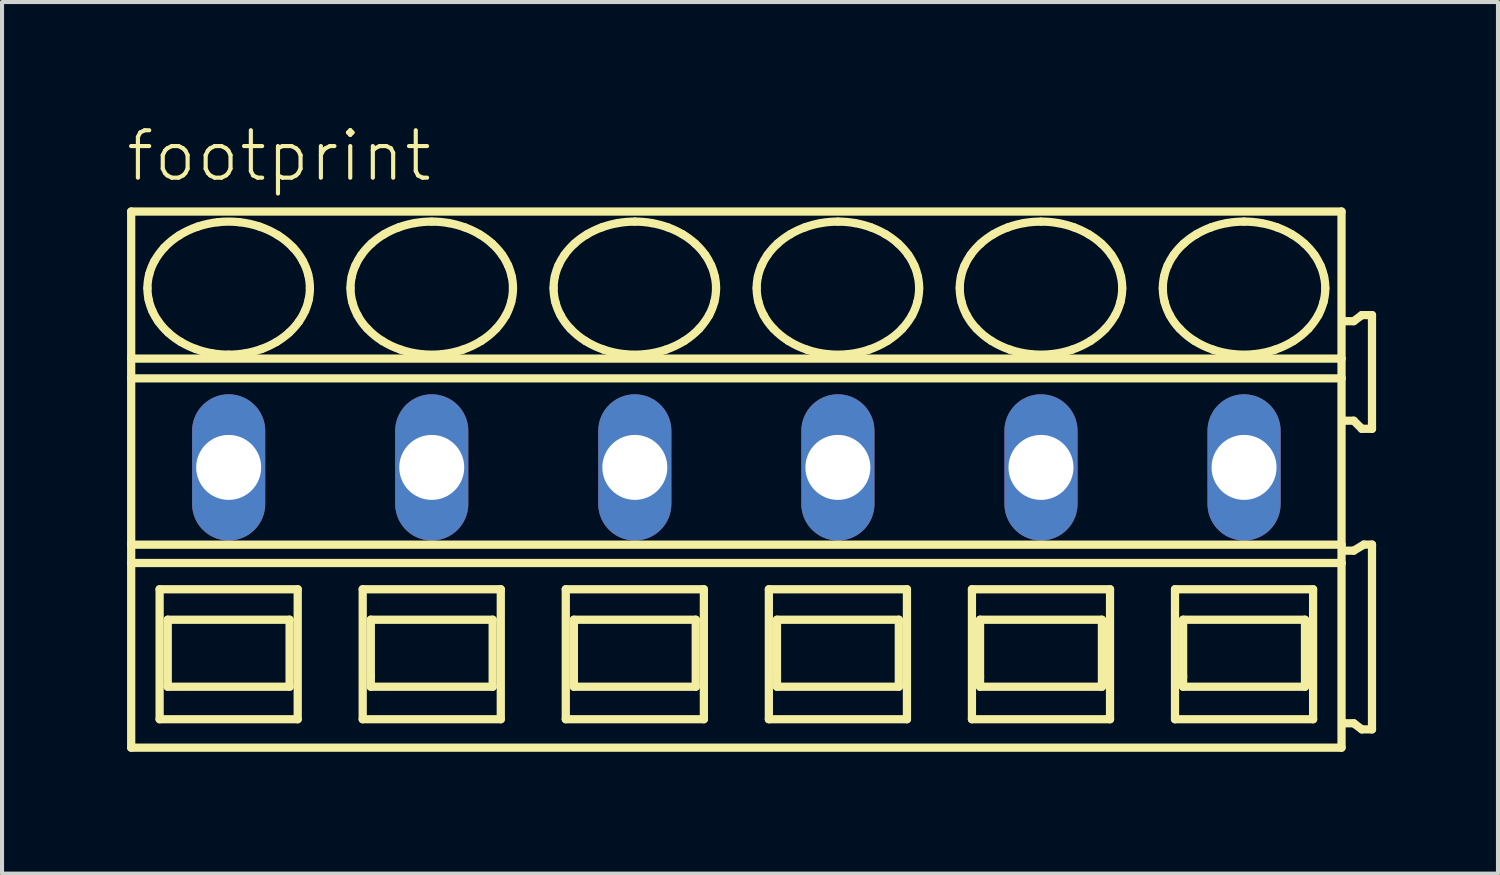
<source format=kicad_pcb>
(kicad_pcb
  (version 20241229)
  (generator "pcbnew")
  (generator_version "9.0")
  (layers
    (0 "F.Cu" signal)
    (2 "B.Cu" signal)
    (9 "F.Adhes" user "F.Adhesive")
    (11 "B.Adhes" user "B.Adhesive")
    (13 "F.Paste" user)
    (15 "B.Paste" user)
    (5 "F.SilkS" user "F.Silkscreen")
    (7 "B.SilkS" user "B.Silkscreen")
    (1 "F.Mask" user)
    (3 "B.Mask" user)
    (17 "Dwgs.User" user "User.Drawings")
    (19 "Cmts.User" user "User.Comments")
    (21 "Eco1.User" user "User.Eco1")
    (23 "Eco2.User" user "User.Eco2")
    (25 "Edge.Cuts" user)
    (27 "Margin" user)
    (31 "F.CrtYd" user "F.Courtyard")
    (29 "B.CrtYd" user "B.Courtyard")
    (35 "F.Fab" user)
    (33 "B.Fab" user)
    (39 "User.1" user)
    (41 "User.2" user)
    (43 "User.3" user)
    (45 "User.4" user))
  (footprint "footprint"
    (layer "F.Cu")
    (at 5.08 8.458)
    (property "Reference" "footprint" (at -5.08 -6.985 0) (layer "F.SilkS") (effects (font (size 1.168 1.168) (thickness 0.102)) (justify left bottom)))
    (fp_line (start -4.9 -6.3) (end -4.9 -2.679) (stroke (width 0.203) (type solid)) (layer "F.SilkS"))
    (fp_line (start -4.9 -2.679) (end -4.9 -2.192) (stroke (width 0.203) (type solid)) (layer "F.SilkS"))
    (fp_line (start -4.9 -2.192) (end -4.9 1.902) (stroke (width 0.203) (type solid)) (layer "F.SilkS"))
    (fp_line (start -4.9 1.902) (end -4.9 2.354) (stroke (width 0.203) (type solid)) (layer "F.SilkS"))
    (fp_line (start -4.9 2.354) (end -4.9 6.9) (stroke (width 0.203) (type solid)) (layer "F.SilkS"))
    (fp_line (start -4.9 6.9) (end 24.9 6.9) (stroke (width 0.203) (type solid)) (layer "F.SilkS"))
    (fp_line (start -4.2 3) (end -4.2 6.2) (stroke (width 0.203) (type solid)) (layer "F.SilkS"))
    (fp_line (start -4.2 6.2) (end -0.8 6.2) (stroke (width 0.203) (type solid)) (layer "F.SilkS"))
    (fp_line (start -4 3.75) (end -4 5.4) (stroke (width 0.203) (type solid)) (layer "F.SilkS"))
    (fp_line (start -4 5.4) (end -1 5.4) (stroke (width 0.203) (type solid)) (layer "F.SilkS"))
    (fp_line (start -1 3.75) (end -4 3.75) (stroke (width 0.203) (type solid)) (layer "F.SilkS"))
    (fp_line (start -1 5.4) (end -1 3.75) (stroke (width 0.203) (type solid)) (layer "F.SilkS"))
    (fp_line (start -0.8 3) (end -4.2 3) (stroke (width 0.203) (type solid)) (layer "F.SilkS"))
    (fp_line (start -0.8 6.2) (end -0.8 3) (stroke (width 0.203) (type solid)) (layer "F.SilkS"))
    (fp_line (start 0.8 3) (end 0.8 6.2) (stroke (width 0.203) (type solid)) (layer "F.SilkS"))
    (fp_line (start 0.8 6.2) (end 4.2 6.2) (stroke (width 0.203) (type solid)) (layer "F.SilkS"))
    (fp_line (start 1 3.75) (end 1 5.15) (stroke (width 0.203) (type solid)) (layer "F.SilkS"))
    (fp_line (start 1 5.15) (end 1 5.4) (stroke (width 0.203) (type solid)) (layer "F.SilkS"))
    (fp_line (start 1 5.4) (end 4 5.4) (stroke (width 0.203) (type solid)) (layer "F.SilkS"))
    (fp_line (start 4 3.75) (end 1 3.75) (stroke (width 0.203) (type solid)) (layer "F.SilkS"))
    (fp_line (start 4 5.4) (end 4 3.75) (stroke (width 0.203) (type solid)) (layer "F.SilkS"))
    (fp_line (start 4.2 3) (end 0.8 3) (stroke (width 0.203) (type solid)) (layer "F.SilkS"))
    (fp_line (start 4.2 6.2) (end 4.2 3) (stroke (width 0.203) (type solid)) (layer "F.SilkS"))
    (fp_line (start 5.8 3) (end 5.8 6.2) (stroke (width 0.203) (type solid)) (layer "F.SilkS"))
    (fp_line (start 5.8 6.2) (end 9.2 6.2) (stroke (width 0.203) (type solid)) (layer "F.SilkS"))
    (fp_line (start 6 3.75) (end 6 5.15) (stroke (width 0.203) (type solid)) (layer "F.SilkS"))
    (fp_line (start 6 5.15) (end 6 5.4) (stroke (width 0.203) (type solid)) (layer "F.SilkS"))
    (fp_line (start 6 5.4) (end 9 5.4) (stroke (width 0.203) (type solid)) (layer "F.SilkS"))
    (fp_line (start 9 3.75) (end 6 3.75) (stroke (width 0.203) (type solid)) (layer "F.SilkS"))
    (fp_line (start 9 5.4) (end 9 3.75) (stroke (width 0.203) (type solid)) (layer "F.SilkS"))
    (fp_line (start 9.2 3) (end 5.8 3) (stroke (width 0.203) (type solid)) (layer "F.SilkS"))
    (fp_line (start 9.2 6.2) (end 9.2 3) (stroke (width 0.203) (type solid)) (layer "F.SilkS"))
    (fp_line (start 10.8 3) (end 10.8 6.2) (stroke (width 0.203) (type solid)) (layer "F.SilkS"))
    (fp_line (start 10.8 6.2) (end 14.2 6.2) (stroke (width 0.203) (type solid)) (layer "F.SilkS"))
    (fp_line (start 11 3.75) (end 11 5.15) (stroke (width 0.203) (type solid)) (layer "F.SilkS"))
    (fp_line (start 11 5.15) (end 11 5.4) (stroke (width 0.203) (type solid)) (layer "F.SilkS"))
    (fp_line (start 11 5.4) (end 14 5.4) (stroke (width 0.203) (type solid)) (layer "F.SilkS"))
    (fp_line (start 14 3.75) (end 11 3.75) (stroke (width 0.203) (type solid)) (layer "F.SilkS"))
    (fp_line (start 14 5.4) (end 14 3.75) (stroke (width 0.203) (type solid)) (layer "F.SilkS"))
    (fp_line (start 14.2 3) (end 10.8 3) (stroke (width 0.203) (type solid)) (layer "F.SilkS"))
    (fp_line (start 14.2 6.2) (end 14.2 3) (stroke (width 0.203) (type solid)) (layer "F.SilkS"))
    (fp_line (start 15.8 3) (end 15.8 6.2) (stroke (width 0.203) (type solid)) (layer "F.SilkS"))
    (fp_line (start 15.8 6.2) (end 19.2 6.2) (stroke (width 0.203) (type solid)) (layer "F.SilkS"))
    (fp_line (start 16 3.75) (end 16 5.15) (stroke (width 0.203) (type solid)) (layer "F.SilkS"))
    (fp_line (start 16 5.15) (end 16 5.4) (stroke (width 0.203) (type solid)) (layer "F.SilkS"))
    (fp_line (start 16 5.4) (end 19 5.4) (stroke (width 0.203) (type solid)) (layer "F.SilkS"))
    (fp_line (start 19 3.75) (end 16 3.75) (stroke (width 0.203) (type solid)) (layer "F.SilkS"))
    (fp_line (start 19 5.4) (end 19 3.75) (stroke (width 0.203) (type solid)) (layer "F.SilkS"))
    (fp_line (start 19.2 3) (end 15.8 3) (stroke (width 0.203) (type solid)) (layer "F.SilkS"))
    (fp_line (start 19.2 6.2) (end 19.2 3) (stroke (width 0.203) (type solid)) (layer "F.SilkS"))
    (fp_line (start 20.8 3) (end 20.8 6.2) (stroke (width 0.203) (type solid)) (layer "F.SilkS"))
    (fp_line (start 20.8 6.2) (end 24.2 6.2) (stroke (width 0.203) (type solid)) (layer "F.SilkS"))
    (fp_line (start 21 3.75) (end 21 5.15) (stroke (width 0.203) (type solid)) (layer "F.SilkS"))
    (fp_line (start 21 5.15) (end 21 5.4) (stroke (width 0.203) (type solid)) (layer "F.SilkS"))
    (fp_line (start 21 5.4) (end 24 5.4) (stroke (width 0.203) (type solid)) (layer "F.SilkS"))
    (fp_line (start 24 3.75) (end 21 3.75) (stroke (width 0.203) (type solid)) (layer "F.SilkS"))
    (fp_line (start 24 5.4) (end 24 3.75) (stroke (width 0.203) (type solid)) (layer "F.SilkS"))
    (fp_line (start 24.2 3) (end 20.8 3) (stroke (width 0.203) (type solid)) (layer "F.SilkS"))
    (fp_line (start 24.2 6.2) (end 24.2 3) (stroke (width 0.203) (type solid)) (layer "F.SilkS"))
    (fp_line (start 24.9 -6.3) (end -4.9 -6.3) (stroke (width 0.203) (type solid)) (layer "F.SilkS"))
    (fp_line (start 24.9 -2.679) (end -4.9 -2.679) (stroke (width 0.203) (type solid)) (layer "F.SilkS"))
    (fp_line (start 24.9 -2.679) (end 24.9 -6.3) (stroke (width 0.203) (type solid)) (layer "F.SilkS"))
    (fp_line (start 24.9 -2.192) (end -4.9 -2.192) (stroke (width 0.203) (type solid)) (layer "F.SilkS"))
    (fp_line (start 24.9 -2.192) (end 24.9 -2.679) (stroke (width 0.203) (type solid)) (layer "F.SilkS"))
    (fp_line (start 24.9 1.902) (end -4.9 1.902) (stroke (width 0.203) (type solid)) (layer "F.SilkS"))
    (fp_line (start 24.9 1.902) (end 24.9 -2.192) (stroke (width 0.203) (type solid)) (layer "F.SilkS"))
    (fp_line (start 24.9 2.354) (end -4.9 2.354) (stroke (width 0.203) (type solid)) (layer "F.SilkS"))
    (fp_line (start 24.9 2.354) (end 24.9 1.902) (stroke (width 0.203) (type solid)) (layer "F.SilkS"))
    (fp_line (start 24.9 6.9) (end 24.9 2.354) (stroke (width 0.203) (type solid)) (layer "F.SilkS"))
    (fp_line (start 25 -1.15) (end 25.2 -1.15) (stroke (width 0.203) (type solid)) (layer "F.SilkS"))
    (fp_line (start 25 6.3) (end 25.2 6.3) (stroke (width 0.203) (type solid)) (layer "F.SilkS"))
    (fp_line (start 25.2 -3.6) (end 25 -3.6) (stroke (width 0.203) (type solid)) (layer "F.SilkS"))
    (fp_line (start 25.2 -1.15) (end 25.4 -0.95) (stroke (width 0.203) (type solid)) (layer "F.SilkS"))
    (fp_line (start 25.2 2.05) (end 25 2.05) (stroke (width 0.203) (type solid)) (layer "F.SilkS"))
    (fp_line (start 25.2 6.3) (end 25.4 6.45) (stroke (width 0.203) (type solid)) (layer "F.SilkS"))
    (fp_line (start 25.4 -3.75) (end 25.2 -3.6) (stroke (width 0.203) (type solid)) (layer "F.SilkS"))
    (fp_line (start 25.4 -0.95) (end 25.65 -0.95) (stroke (width 0.203) (type solid)) (layer "F.SilkS"))
    (fp_line (start 25.4 6.45) (end 25.65 6.45) (stroke (width 0.203) (type solid)) (layer "F.SilkS"))
    (fp_line (start 25.45 1.9) (end 25.2 2.05) (stroke (width 0.203) (type solid)) (layer "F.SilkS"))
    (fp_line (start 25.65 -3.75) (end 25.4 -3.75) (stroke (width 0.203) (type solid)) (layer "F.SilkS"))
    (fp_line (start 25.65 -0.95) (end 25.65 -3.75) (stroke (width 0.203) (type solid)) (layer "F.SilkS"))
    (fp_line (start 25.65 1.9) (end 25.45 1.9) (stroke (width 0.203) (type solid)) (layer "F.SilkS"))
    (fp_line (start 25.65 6.45) (end 25.65 1.9) (stroke (width 0.203) (type solid)) (layer "F.SilkS"))
    (fp_arc (start -4.5 -4.4136) (mid -4.488905 -4.585389) (end -4.4562 -4.7544) (stroke (width 0.2032) (type solid)) (layer "F.SilkS"))
    (fp_arc (start -4.4695 -4.1287) (mid -4.492308 -4.270341) (end -4.5 -4.4136) (stroke (width 0.2032) (type solid)) (layer "F.SilkS"))
    (fp_arc (start -4.4562 -4.7544) (mid -4.401558 -4.920839) (end -4.3273 -5.0795) (stroke (width 0.2032) (type solid)) (layer "F.SilkS"))
    (fp_arc (start -4.3795 -3.8536) (mid -4.431599 -3.988827) (end -4.4695 -4.1287) (stroke (width 0.2032) (type solid)) (layer "F.SilkS"))
    (fp_arc (start -4.3274 -5.0795) (mid -4.216217 -5.252167) (end -4.0864 -5.4113) (stroke (width 0.2032) (type solid)) (layer "F.SilkS"))
    (fp_arc (start -4.232 -3.5945) (mid -4.312155 -3.720404) (end -4.3795 -3.8536) (stroke (width 0.2032) (type solid)) (layer "F.SilkS"))
    (fp_arc (start -4.0864 -5.4113) (mid -3.911717 -5.573771) (end -3.718 -5.713) (stroke (width 0.2032) (type solid)) (layer "F.SilkS"))
    (fp_arc (start -3.9861 -3.3171) (mid -4.116737 -3.448975) (end -4.2321 -3.5944) (stroke (width 0.2032) (type solid)) (layer "F.SilkS"))
    (fp_arc (start -3.718 -5.713) (mid -3.497651 -5.83326) (end -3.2649 -5.9273) (stroke (width 0.2032) (type solid)) (layer "F.SilkS"))
    (fp_arc (start -3.676 -3.0884) (mid -3.836846 -3.194891) (end -3.9861 -3.3171) (stroke (width 0.2032) (type solid)) (layer "F.SilkS"))
    (fp_arc (start -3.313 -2.9167) (mid -3.498551 -2.993985) (end -3.676 -3.0884) (stroke (width 0.2032) (type solid)) (layer "F.SilkS"))
    (fp_arc (start -3.2649 -5.9273) (mid -3.016253 -5.996227) (end -2.7616 -6.0378) (stroke (width 0.2032) (type solid)) (layer "F.SilkS"))
    (fp_arc (start -2.9161 -2.8111) (mid -3.116893 -2.855096) (end -3.313 -2.9167) (stroke (width 0.2032) (type solid)) (layer "F.SilkS"))
    (fp_arc (start -2.7616 -6.0378) (mid -2.5 -6.051841) (end -2.2384 -6.0378) (stroke (width 0.2032) (type solid)) (layer "F.SilkS"))
    (fp_arc (start -2.5 -2.7752) (mid -2.708826 -2.784159) (end -2.9161 -2.8111) (stroke (width 0.2032) (type solid)) (layer "F.SilkS"))
    (fp_arc (start -2.2384 -6.0378) (mid -1.983714 -5.996379) (end -1.7351 -5.9273) (stroke (width 0.2032) (type solid)) (layer "F.SilkS"))
    (fp_arc (start -2.0839 -2.8111) (mid -2.291182 -2.784277) (end -2.5 -2.7753) (stroke (width 0.2032) (type solid)) (layer "F.SilkS"))
    (fp_arc (start -1.7351 -5.9273) (mid -1.502222 -5.83353) (end -1.282 -5.713) (stroke (width 0.2032) (type solid)) (layer "F.SilkS"))
    (fp_arc (start -1.687 -2.9167) (mid -1.883129 -2.855175) (end -2.0839 -2.8111) (stroke (width 0.2032) (type solid)) (layer "F.SilkS"))
    (fp_arc (start -1.324 -3.0884) (mid -1.501514 -2.994123) (end -1.687 -2.9167) (stroke (width 0.2032) (type solid)) (layer "F.SilkS"))
    (fp_arc (start -1.282 -5.713) (mid -1.088036 -5.574073) (end -0.9136 -5.4113) (stroke (width 0.2032) (type solid)) (layer "F.SilkS"))
    (fp_arc (start -1.0139 -3.3171) (mid -1.163276 -3.195057) (end -1.324 -3.0884) (stroke (width 0.2032) (type solid)) (layer "F.SilkS"))
    (fp_arc (start -0.9137 -5.4112) (mid -0.781313 -5.253987) (end -0.6727 -5.0795) (stroke (width 0.2032) (type solid)) (layer "F.SilkS"))
    (fp_arc (start -0.7679 -3.5944) (mid -0.88339 -3.449088) (end -1.0139 -3.3171) (stroke (width 0.2032) (type solid)) (layer "F.SilkS"))
    (fp_arc (start -0.6727 -5.0795) (mid -0.598286 -4.920901) (end -0.5438 -4.7544) (stroke (width 0.2032) (type solid)) (layer "F.SilkS"))
    (fp_arc (start -0.6204 -3.8536) (mid -0.687861 -3.720421) (end -0.7679 -3.5944) (stroke (width 0.2032) (type solid)) (layer "F.SilkS"))
    (fp_arc (start -0.5438 -4.7544) (mid -0.511083 -4.58539) (end -0.5 -4.4136) (stroke (width 0.2032) (type solid)) (layer "F.SilkS"))
    (fp_arc (start -0.5305 -4.1287) (mid -0.568473 -3.988851) (end -0.6205 -3.8536) (stroke (width 0.2032) (type solid)) (layer "F.SilkS"))
    (fp_arc (start -0.5001 -4.4136) (mid -0.507739 -4.270343) (end -0.5305 -4.1287) (stroke (width 0.2032) (type solid)) (layer "F.SilkS"))
    (fp_arc (start 0.5 -4.4136) (mid 0.507693 -4.556809) (end 0.5305 -4.6984) (stroke (width 0.2032) (type solid)) (layer "F.SilkS"))
    (fp_arc (start 0.5305 -4.6984) (mid 0.568467 -4.8383) (end 0.6205 -4.9736) (stroke (width 0.2032) (type solid)) (layer "F.SilkS"))
    (fp_arc (start 0.5438 -4.0727) (mid 0.511073 -4.241759) (end 0.5 -4.4136) (stroke (width 0.2032) (type solid)) (layer "F.SilkS"))
    (fp_arc (start 0.6204 -4.9736) (mid 0.687866 -5.106728) (end 0.7679 -5.2327) (stroke (width 0.2032) (type solid)) (layer "F.SilkS"))
    (fp_arc (start 0.6727 -3.7476) (mid 0.598289 -3.9062) (end 0.5438 -4.0727) (stroke (width 0.2032) (type solid)) (layer "F.SilkS"))
    (fp_arc (start 0.7679 -5.2327) (mid 0.883386 -5.378016) (end 1.0139 -5.51) (stroke (width 0.2032) (type solid)) (layer "F.SilkS"))
    (fp_arc (start 0.9136 -3.4159) (mid 0.781267 -3.57312) (end 0.6727 -3.7476) (stroke (width 0.2032) (type solid)) (layer "F.SilkS"))
    (fp_arc (start 1.0139 -5.51) (mid 1.163277 -5.632042) (end 1.324 -5.7387) (stroke (width 0.2032) (type solid)) (layer "F.SilkS"))
    (fp_arc (start 1.282 -3.1141) (mid 1.088032 -3.253077) (end 0.9136 -3.4159) (stroke (width 0.2032) (type solid)) (layer "F.SilkS"))
    (fp_arc (start 1.324 -5.7387) (mid 1.501514 -5.832977) (end 1.687 -5.9104) (stroke (width 0.2032) (type solid)) (layer "F.SilkS"))
    (fp_arc (start 1.687 -5.9104) (mid 1.883129 -5.971925) (end 2.0839 -6.016) (stroke (width 0.2032) (type solid)) (layer "F.SilkS"))
    (fp_arc (start 1.7351 -2.8998) (mid 1.502222 -2.993571) (end 1.282 -3.1141) (stroke (width 0.2032) (type solid)) (layer "F.SilkS"))
    (fp_arc (start 2.0839 -6.0161) (mid 2.291183 -6.042919) (end 2.5 -6.0519) (stroke (width 0.2032) (type solid)) (layer "F.SilkS"))
    (fp_arc (start 2.2384 -2.7893) (mid 1.983714 -2.830721) (end 1.7351 -2.8998) (stroke (width 0.2032) (type solid)) (layer "F.SilkS"))
    (fp_arc (start 2.5 -6.0519) (mid 2.708826 -6.042941) (end 2.9161 -6.016) (stroke (width 0.2032) (type solid)) (layer "F.SilkS"))
    (fp_arc (start 2.7616 -2.7893) (mid 2.5 -2.775259) (end 2.2384 -2.7893) (stroke (width 0.2032) (type solid)) (layer "F.SilkS"))
    (fp_arc (start 2.9161 -6.016) (mid 3.116893 -5.972004) (end 3.313 -5.9104) (stroke (width 0.2032) (type solid)) (layer "F.SilkS"))
    (fp_arc (start 3.2649 -2.8998) (mid 3.016253 -2.830873) (end 2.7616 -2.7893) (stroke (width 0.2032) (type solid)) (layer "F.SilkS"))
    (fp_arc (start 3.313 -5.9104) (mid 3.498552 -5.833116) (end 3.676 -5.7387) (stroke (width 0.2032) (type solid)) (layer "F.SilkS"))
    (fp_arc (start 3.676 -5.7387) (mid 3.836846 -5.632209) (end 3.9861 -5.51) (stroke (width 0.2032) (type solid)) (layer "F.SilkS"))
    (fp_arc (start 3.718 -3.1141) (mid 3.497651 -2.993839) (end 3.2649 -2.8998) (stroke (width 0.2032) (type solid)) (layer "F.SilkS"))
    (fp_arc (start 3.9861 -5.51) (mid 4.116738 -5.378126) (end 4.2321 -5.2327) (stroke (width 0.2032) (type solid)) (layer "F.SilkS"))
    (fp_arc (start 4.0864 -3.4159) (mid 3.911721 -3.253378) (end 3.718 -3.1141) (stroke (width 0.2032) (type solid)) (layer "F.SilkS"))
    (fp_arc (start 4.2321 -5.2327) (mid 4.312204 -5.106793) (end 4.3795 -4.9736) (stroke (width 0.2032) (type solid)) (layer "F.SilkS"))
    (fp_arc (start 4.3273 -3.7476) (mid 4.216161 -3.574988) (end 4.0864 -3.4159) (stroke (width 0.2032) (type solid)) (layer "F.SilkS"))
    (fp_arc (start 4.3795 -4.9736) (mid 4.431605 -4.838324) (end 4.4695 -4.6984) (stroke (width 0.2032) (type solid)) (layer "F.SilkS"))
    (fp_arc (start 4.4562 -4.0727) (mid 4.401557 -3.906262) (end 4.3273 -3.7476) (stroke (width 0.2032) (type solid)) (layer "F.SilkS"))
    (fp_arc (start 4.4695 -4.6984) (mid 4.4923 -4.556809) (end 4.5 -4.4136) (stroke (width 0.2032) (type solid)) (layer "F.SilkS"))
    (fp_arc (start 4.5 -4.4136) (mid 4.488914 -4.241761) (end 4.4562 -4.0727) (stroke (width 0.2032) (type solid)) (layer "F.SilkS"))
    (fp_arc (start 5.5 -4.4136) (mid 5.507693 -4.556809) (end 5.5305 -4.6984) (stroke (width 0.2032) (type solid)) (layer "F.SilkS"))
    (fp_arc (start 5.5305 -4.6984) (mid 5.568467 -4.8383) (end 5.6205 -4.9736) (stroke (width 0.2032) (type solid)) (layer "F.SilkS"))
    (fp_arc (start 5.5438 -4.0727) (mid 5.511073 -4.241759) (end 5.5 -4.4136) (stroke (width 0.2032) (type solid)) (layer "F.SilkS"))
    (fp_arc (start 5.6204 -4.9736) (mid 5.687866 -5.106728) (end 5.7679 -5.2327) (stroke (width 0.2032) (type solid)) (layer "F.SilkS"))
    (fp_arc (start 5.6727 -3.7476) (mid 5.598289 -3.9062) (end 5.5438 -4.0727) (stroke (width 0.2032) (type solid)) (layer "F.SilkS"))
    (fp_arc (start 5.7679 -5.2327) (mid 5.883386 -5.378016) (end 6.0139 -5.51) (stroke (width 0.2032) (type solid)) (layer "F.SilkS"))
    (fp_arc (start 5.9136 -3.4159) (mid 5.781267 -3.57312) (end 5.6727 -3.7476) (stroke (width 0.2032) (type solid)) (layer "F.SilkS"))
    (fp_arc (start 6.0139 -5.51) (mid 6.163277 -5.632042) (end 6.324 -5.7387) (stroke (width 0.2032) (type solid)) (layer "F.SilkS"))
    (fp_arc (start 6.282 -3.1141) (mid 6.088032 -3.253077) (end 5.9136 -3.4159) (stroke (width 0.2032) (type solid)) (layer "F.SilkS"))
    (fp_arc (start 6.324 -5.7387) (mid 6.501514 -5.832977) (end 6.687 -5.9104) (stroke (width 0.2032) (type solid)) (layer "F.SilkS"))
    (fp_arc (start 6.687 -5.9104) (mid 6.883129 -5.971925) (end 7.0839 -6.016) (stroke (width 0.2032) (type solid)) (layer "F.SilkS"))
    (fp_arc (start 6.7351 -2.8998) (mid 6.502222 -2.993571) (end 6.282 -3.1141) (stroke (width 0.2032) (type solid)) (layer "F.SilkS"))
    (fp_arc (start 7.0839 -6.0161) (mid 7.291183 -6.042919) (end 7.5 -6.0519) (stroke (width 0.2032) (type solid)) (layer "F.SilkS"))
    (fp_arc (start 7.2384 -2.7893) (mid 6.983714 -2.830721) (end 6.7351 -2.8998) (stroke (width 0.2032) (type solid)) (layer "F.SilkS"))
    (fp_arc (start 7.5 -6.0519) (mid 7.708826 -6.042941) (end 7.9161 -6.016) (stroke (width 0.2032) (type solid)) (layer "F.SilkS"))
    (fp_arc (start 7.7616 -2.7893) (mid 7.5 -2.775259) (end 7.2384 -2.7893) (stroke (width 0.2032) (type solid)) (layer "F.SilkS"))
    (fp_arc (start 7.9161 -6.016) (mid 8.116893 -5.972004) (end 8.313 -5.9104) (stroke (width 0.2032) (type solid)) (layer "F.SilkS"))
    (fp_arc (start 8.2649 -2.8998) (mid 8.016253 -2.830873) (end 7.7616 -2.7893) (stroke (width 0.2032) (type solid)) (layer "F.SilkS"))
    (fp_arc (start 8.313 -5.9104) (mid 8.498552 -5.833116) (end 8.676 -5.7387) (stroke (width 0.2032) (type solid)) (layer "F.SilkS"))
    (fp_arc (start 8.676 -5.7387) (mid 8.836846 -5.632209) (end 8.9861 -5.51) (stroke (width 0.2032) (type solid)) (layer "F.SilkS"))
    (fp_arc (start 8.718 -3.1141) (mid 8.497651 -2.993839) (end 8.2649 -2.8998) (stroke (width 0.2032) (type solid)) (layer "F.SilkS"))
    (fp_arc (start 8.9861 -5.51) (mid 9.116738 -5.378126) (end 9.2321 -5.2327) (stroke (width 0.2032) (type solid)) (layer "F.SilkS"))
    (fp_arc (start 9.0864 -3.4159) (mid 8.911721 -3.253378) (end 8.718 -3.1141) (stroke (width 0.2032) (type solid)) (layer "F.SilkS"))
    (fp_arc (start 9.2321 -5.2327) (mid 9.312204 -5.106793) (end 9.3795 -4.9736) (stroke (width 0.2032) (type solid)) (layer "F.SilkS"))
    (fp_arc (start 9.3273 -3.7476) (mid 9.216161 -3.574988) (end 9.0864 -3.4159) (stroke (width 0.2032) (type solid)) (layer "F.SilkS"))
    (fp_arc (start 9.3795 -4.9736) (mid 9.431605 -4.838324) (end 9.4695 -4.6984) (stroke (width 0.2032) (type solid)) (layer "F.SilkS"))
    (fp_arc (start 9.4562 -4.0727) (mid 9.401557 -3.906262) (end 9.3273 -3.7476) (stroke (width 0.2032) (type solid)) (layer "F.SilkS"))
    (fp_arc (start 9.4695 -4.6984) (mid 9.4923 -4.556809) (end 9.5 -4.4136) (stroke (width 0.2032) (type solid)) (layer "F.SilkS"))
    (fp_arc (start 9.5 -4.4136) (mid 9.488914 -4.241761) (end 9.4562 -4.0727) (stroke (width 0.2032) (type solid)) (layer "F.SilkS"))
    (fp_arc (start 10.5 -4.4136) (mid 10.507693 -4.556809) (end 10.5305 -4.6984) (stroke (width 0.2032) (type solid)) (layer "F.SilkS"))
    (fp_arc (start 10.5305 -4.6984) (mid 10.568467 -4.8383) (end 10.6205 -4.9736) (stroke (width 0.2032) (type solid)) (layer "F.SilkS"))
    (fp_arc (start 10.5438 -4.0727) (mid 10.511073 -4.241759) (end 10.5 -4.4136) (stroke (width 0.2032) (type solid)) (layer "F.SilkS"))
    (fp_arc (start 10.6204 -4.9736) (mid 10.687866 -5.106728) (end 10.7679 -5.2327) (stroke (width 0.2032) (type solid)) (layer "F.SilkS"))
    (fp_arc (start 10.6727 -3.7476) (mid 10.598289 -3.9062) (end 10.5438 -4.0727) (stroke (width 0.2032) (type solid)) (layer "F.SilkS"))
    (fp_arc (start 10.7679 -5.2327) (mid 10.883386 -5.378016) (end 11.0139 -5.51) (stroke (width 0.2032) (type solid)) (layer "F.SilkS"))
    (fp_arc (start 10.9136 -3.4159) (mid 10.781267 -3.57312) (end 10.6727 -3.7476) (stroke (width 0.2032) (type solid)) (layer "F.SilkS"))
    (fp_arc (start 11.0139 -5.51) (mid 11.163277 -5.632042) (end 11.324 -5.7387) (stroke (width 0.2032) (type solid)) (layer "F.SilkS"))
    (fp_arc (start 11.282 -3.1141) (mid 11.088032 -3.253077) (end 10.9136 -3.4159) (stroke (width 0.2032) (type solid)) (layer "F.SilkS"))
    (fp_arc (start 11.324 -5.7387) (mid 11.501514 -5.832977) (end 11.687 -5.9104) (stroke (width 0.2032) (type solid)) (layer "F.SilkS"))
    (fp_arc (start 11.687 -5.9104) (mid 11.883129 -5.971925) (end 12.0839 -6.016) (stroke (width 0.2032) (type solid)) (layer "F.SilkS"))
    (fp_arc (start 11.7351 -2.8998) (mid 11.502222 -2.993571) (end 11.282 -3.1141) (stroke (width 0.2032) (type solid)) (layer "F.SilkS"))
    (fp_arc (start 12.0839 -6.0161) (mid 12.291183 -6.042919) (end 12.5 -6.0519) (stroke (width 0.2032) (type solid)) (layer "F.SilkS"))
    (fp_arc (start 12.2384 -2.7893) (mid 11.983714 -2.830721) (end 11.7351 -2.8998) (stroke (width 0.2032) (type solid)) (layer "F.SilkS"))
    (fp_arc (start 12.5 -6.0519) (mid 12.708826 -6.042941) (end 12.9161 -6.016) (stroke (width 0.2032) (type solid)) (layer "F.SilkS"))
    (fp_arc (start 12.7616 -2.7893) (mid 12.5 -2.775259) (end 12.2384 -2.7893) (stroke (width 0.2032) (type solid)) (layer "F.SilkS"))
    (fp_arc (start 12.9161 -6.016) (mid 13.116893 -5.972004) (end 13.313 -5.9104) (stroke (width 0.2032) (type solid)) (layer "F.SilkS"))
    (fp_arc (start 13.2649 -2.8998) (mid 13.016253 -2.830873) (end 12.7616 -2.7893) (stroke (width 0.2032) (type solid)) (layer "F.SilkS"))
    (fp_arc (start 13.313 -5.9104) (mid 13.498552 -5.833116) (end 13.676 -5.7387) (stroke (width 0.2032) (type solid)) (layer "F.SilkS"))
    (fp_arc (start 13.676 -5.7387) (mid 13.836846 -5.632209) (end 13.9861 -5.51) (stroke (width 0.2032) (type solid)) (layer "F.SilkS"))
    (fp_arc (start 13.718 -3.1141) (mid 13.497651 -2.993839) (end 13.2649 -2.8998) (stroke (width 0.2032) (type solid)) (layer "F.SilkS"))
    (fp_arc (start 13.9861 -5.51) (mid 14.116738 -5.378126) (end 14.2321 -5.2327) (stroke (width 0.2032) (type solid)) (layer "F.SilkS"))
    (fp_arc (start 14.0864 -3.4159) (mid 13.911721 -3.253378) (end 13.718 -3.1141) (stroke (width 0.2032) (type solid)) (layer "F.SilkS"))
    (fp_arc (start 14.2321 -5.2327) (mid 14.312204 -5.106793) (end 14.3795 -4.9736) (stroke (width 0.2032) (type solid)) (layer "F.SilkS"))
    (fp_arc (start 14.3273 -3.7476) (mid 14.216161 -3.574988) (end 14.0864 -3.4159) (stroke (width 0.2032) (type solid)) (layer "F.SilkS"))
    (fp_arc (start 14.3795 -4.9736) (mid 14.431605 -4.838324) (end 14.4695 -4.6984) (stroke (width 0.2032) (type solid)) (layer "F.SilkS"))
    (fp_arc (start 14.4562 -4.0727) (mid 14.401557 -3.906262) (end 14.3273 -3.7476) (stroke (width 0.2032) (type solid)) (layer "F.SilkS"))
    (fp_arc (start 14.4695 -4.6984) (mid 14.4923 -4.556809) (end 14.5 -4.4136) (stroke (width 0.2032) (type solid)) (layer "F.SilkS"))
    (fp_arc (start 14.5 -4.4136) (mid 14.488914 -4.241761) (end 14.4562 -4.0727) (stroke (width 0.2032) (type solid)) (layer "F.SilkS"))
    (fp_arc (start 15.5 -4.4136) (mid 15.507693 -4.556809) (end 15.5305 -4.6984) (stroke (width 0.2032) (type solid)) (layer "F.SilkS"))
    (fp_arc (start 15.5305 -4.6984) (mid 15.568467 -4.8383) (end 15.6205 -4.9736) (stroke (width 0.2032) (type solid)) (layer "F.SilkS"))
    (fp_arc (start 15.5438 -4.0727) (mid 15.511073 -4.241759) (end 15.5 -4.4136) (stroke (width 0.2032) (type solid)) (layer "F.SilkS"))
    (fp_arc (start 15.6204 -4.9736) (mid 15.687866 -5.106728) (end 15.7679 -5.2327) (stroke (width 0.2032) (type solid)) (layer "F.SilkS"))
    (fp_arc (start 15.6727 -3.7476) (mid 15.598289 -3.9062) (end 15.5438 -4.0727) (stroke (width 0.2032) (type solid)) (layer "F.SilkS"))
    (fp_arc (start 15.7679 -5.2327) (mid 15.883386 -5.378016) (end 16.0139 -5.51) (stroke (width 0.2032) (type solid)) (layer "F.SilkS"))
    (fp_arc (start 15.9136 -3.4159) (mid 15.781267 -3.57312) (end 15.6727 -3.7476) (stroke (width 0.2032) (type solid)) (layer "F.SilkS"))
    (fp_arc (start 16.0139 -5.51) (mid 16.163277 -5.632042) (end 16.324 -5.7387) (stroke (width 0.2032) (type solid)) (layer "F.SilkS"))
    (fp_arc (start 16.282 -3.1141) (mid 16.088032 -3.253077) (end 15.9136 -3.4159) (stroke (width 0.2032) (type solid)) (layer "F.SilkS"))
    (fp_arc (start 16.324 -5.7387) (mid 16.501514 -5.832977) (end 16.687 -5.9104) (stroke (width 0.2032) (type solid)) (layer "F.SilkS"))
    (fp_arc (start 16.687 -5.9104) (mid 16.883129 -5.971925) (end 17.0839 -6.016) (stroke (width 0.2032) (type solid)) (layer "F.SilkS"))
    (fp_arc (start 16.7351 -2.8998) (mid 16.502222 -2.993571) (end 16.282 -3.1141) (stroke (width 0.2032) (type solid)) (layer "F.SilkS"))
    (fp_arc (start 17.0839 -6.0161) (mid 17.291183 -6.042919) (end 17.5 -6.0519) (stroke (width 0.2032) (type solid)) (layer "F.SilkS"))
    (fp_arc (start 17.2384 -2.7893) (mid 16.983714 -2.830721) (end 16.7351 -2.8998) (stroke (width 0.2032) (type solid)) (layer "F.SilkS"))
    (fp_arc (start 17.5 -6.0519) (mid 17.708826 -6.042941) (end 17.9161 -6.016) (stroke (width 0.2032) (type solid)) (layer "F.SilkS"))
    (fp_arc (start 17.7616 -2.7893) (mid 17.5 -2.775259) (end 17.2384 -2.7893) (stroke (width 0.2032) (type solid)) (layer "F.SilkS"))
    (fp_arc (start 17.9161 -6.016) (mid 18.116893 -5.972004) (end 18.313 -5.9104) (stroke (width 0.2032) (type solid)) (layer "F.SilkS"))
    (fp_arc (start 18.2649 -2.8998) (mid 18.016253 -2.830873) (end 17.7616 -2.7893) (stroke (width 0.2032) (type solid)) (layer "F.SilkS"))
    (fp_arc (start 18.313 -5.9104) (mid 18.498552 -5.833116) (end 18.676 -5.7387) (stroke (width 0.2032) (type solid)) (layer "F.SilkS"))
    (fp_arc (start 18.676 -5.7387) (mid 18.836846 -5.632209) (end 18.9861 -5.51) (stroke (width 0.2032) (type solid)) (layer "F.SilkS"))
    (fp_arc (start 18.718 -3.1141) (mid 18.497651 -2.993839) (end 18.2649 -2.8998) (stroke (width 0.2032) (type solid)) (layer "F.SilkS"))
    (fp_arc (start 18.9861 -5.51) (mid 19.116738 -5.378126) (end 19.2321 -5.2327) (stroke (width 0.2032) (type solid)) (layer "F.SilkS"))
    (fp_arc (start 19.0864 -3.4159) (mid 18.911721 -3.253378) (end 18.718 -3.1141) (stroke (width 0.2032) (type solid)) (layer "F.SilkS"))
    (fp_arc (start 19.2321 -5.2327) (mid 19.312204 -5.106793) (end 19.3795 -4.9736) (stroke (width 0.2032) (type solid)) (layer "F.SilkS"))
    (fp_arc (start 19.3273 -3.7476) (mid 19.216161 -3.574988) (end 19.0864 -3.4159) (stroke (width 0.2032) (type solid)) (layer "F.SilkS"))
    (fp_arc (start 19.3795 -4.9736) (mid 19.431605 -4.838324) (end 19.4695 -4.6984) (stroke (width 0.2032) (type solid)) (layer "F.SilkS"))
    (fp_arc (start 19.4562 -4.0727) (mid 19.401557 -3.906262) (end 19.3273 -3.7476) (stroke (width 0.2032) (type solid)) (layer "F.SilkS"))
    (fp_arc (start 19.4695 -4.6984) (mid 19.4923 -4.556809) (end 19.5 -4.4136) (stroke (width 0.2032) (type solid)) (layer "F.SilkS"))
    (fp_arc (start 19.5 -4.4136) (mid 19.488914 -4.241761) (end 19.4562 -4.0727) (stroke (width 0.2032) (type solid)) (layer "F.SilkS"))
    (fp_arc (start 20.5 -4.4136) (mid 20.507693 -4.556809) (end 20.5305 -4.6984) (stroke (width 0.2032) (type solid)) (layer "F.SilkS"))
    (fp_arc (start 20.5305 -4.6984) (mid 20.568467 -4.8383) (end 20.6205 -4.9736) (stroke (width 0.2032) (type solid)) (layer "F.SilkS"))
    (fp_arc (start 20.5438 -4.0727) (mid 20.511073 -4.241759) (end 20.5 -4.4136) (stroke (width 0.2032) (type solid)) (layer "F.SilkS"))
    (fp_arc (start 20.6204 -4.9736) (mid 20.687866 -5.106728) (end 20.7679 -5.2327) (stroke (width 0.2032) (type solid)) (layer "F.SilkS"))
    (fp_arc (start 20.6727 -3.7476) (mid 20.598289 -3.9062) (end 20.5438 -4.0727) (stroke (width 0.2032) (type solid)) (layer "F.SilkS"))
    (fp_arc (start 20.7679 -5.2327) (mid 20.883386 -5.378016) (end 21.0139 -5.51) (stroke (width 0.2032) (type solid)) (layer "F.SilkS"))
    (fp_arc (start 20.9136 -3.4159) (mid 20.781267 -3.57312) (end 20.6727 -3.7476) (stroke (width 0.2032) (type solid)) (layer "F.SilkS"))
    (fp_arc (start 21.0139 -5.51) (mid 21.163277 -5.632042) (end 21.324 -5.7387) (stroke (width 0.2032) (type solid)) (layer "F.SilkS"))
    (fp_arc (start 21.282 -3.1141) (mid 21.088032 -3.253077) (end 20.9136 -3.4159) (stroke (width 0.2032) (type solid)) (layer "F.SilkS"))
    (fp_arc (start 21.324 -5.7387) (mid 21.501514 -5.832977) (end 21.687 -5.9104) (stroke (width 0.2032) (type solid)) (layer "F.SilkS"))
    (fp_arc (start 21.687 -5.9104) (mid 21.883129 -5.971925) (end 22.0839 -6.016) (stroke (width 0.2032) (type solid)) (layer "F.SilkS"))
    (fp_arc (start 21.7351 -2.8998) (mid 21.502222 -2.993571) (end 21.282 -3.1141) (stroke (width 0.2032) (type solid)) (layer "F.SilkS"))
    (fp_arc (start 22.0839 -6.0161) (mid 22.291183 -6.042919) (end 22.5 -6.0519) (stroke (width 0.2032) (type solid)) (layer "F.SilkS"))
    (fp_arc (start 22.2384 -2.7893) (mid 21.983714 -2.830721) (end 21.7351 -2.8998) (stroke (width 0.2032) (type solid)) (layer "F.SilkS"))
    (fp_arc (start 22.5 -6.0519) (mid 22.708826 -6.042941) (end 22.9161 -6.016) (stroke (width 0.2032) (type solid)) (layer "F.SilkS"))
    (fp_arc (start 22.7616 -2.7893) (mid 22.5 -2.775259) (end 22.2384 -2.7893) (stroke (width 0.2032) (type solid)) (layer "F.SilkS"))
    (fp_arc (start 22.9161 -6.016) (mid 23.116893 -5.972004) (end 23.313 -5.9104) (stroke (width 0.2032) (type solid)) (layer "F.SilkS"))
    (fp_arc (start 23.2649 -2.8998) (mid 23.016253 -2.830873) (end 22.7616 -2.7893) (stroke (width 0.2032) (type solid)) (layer "F.SilkS"))
    (fp_arc (start 23.313 -5.9104) (mid 23.498552 -5.833116) (end 23.676 -5.7387) (stroke (width 0.2032) (type solid)) (layer "F.SilkS"))
    (fp_arc (start 23.676 -5.7387) (mid 23.836846 -5.632209) (end 23.9861 -5.51) (stroke (width 0.2032) (type solid)) (layer "F.SilkS"))
    (fp_arc (start 23.718 -3.1141) (mid 23.497651 -2.993839) (end 23.2649 -2.8998) (stroke (width 0.2032) (type solid)) (layer "F.SilkS"))
    (fp_arc (start 23.9861 -5.51) (mid 24.116738 -5.378126) (end 24.2321 -5.2327) (stroke (width 0.2032) (type solid)) (layer "F.SilkS"))
    (fp_arc (start 24.0864 -3.4159) (mid 23.911721 -3.253378) (end 23.718 -3.1141) (stroke (width 0.2032) (type solid)) (layer "F.SilkS"))
    (fp_arc (start 24.2321 -5.2327) (mid 24.312204 -5.106793) (end 24.3795 -4.9736) (stroke (width 0.2032) (type solid)) (layer "F.SilkS"))
    (fp_arc (start 24.3273 -3.7476) (mid 24.216161 -3.574988) (end 24.0864 -3.4159) (stroke (width 0.2032) (type solid)) (layer "F.SilkS"))
    (fp_arc (start 24.3795 -4.9736) (mid 24.431605 -4.838324) (end 24.4695 -4.6984) (stroke (width 0.2032) (type solid)) (layer "F.SilkS"))
    (fp_arc (start 24.4562 -4.0727) (mid 24.401557 -3.906262) (end 24.3273 -3.7476) (stroke (width 0.2032) (type solid)) (layer "F.SilkS"))
    (fp_arc (start 24.4695 -4.6984) (mid 24.4923 -4.556809) (end 24.5 -4.4136) (stroke (width 0.2032) (type solid)) (layer "F.SilkS"))
    (fp_arc (start 24.5 -4.4136) (mid 24.488914 -4.241761) (end 24.4562 -4.0727) (stroke (width 0.2032) (type solid)) (layer "F.SilkS"))
    (pad "1" thru_hole oval (at -2.5 0 90) (size 3.6 1.8) (drill 1.6) (layers "*.Cu" "*.Mask"))
    (pad "2" thru_hole oval (at 2.5 0 90) (size 3.6 1.8) (drill 1.6) (layers "*.Cu" "*.Mask"))
    (pad "3" thru_hole oval (at 7.5 0 90) (size 3.6 1.8) (drill 1.6) (layers "*.Cu" "*.Mask"))
    (pad "4" thru_hole oval (at 12.5 0 90) (size 3.6 1.8) (drill 1.6) (layers "*.Cu" "*.Mask"))
    (pad "5" thru_hole oval (at 17.5 0 90) (size 3.6 1.8) (drill 1.6) (layers "*.Cu" "*.Mask"))
    (pad "6" thru_hole oval (at 22.5 0 90) (size 3.6 1.8) (drill 1.6) (layers "*.Cu" "*.Mask")))
  (gr_rect
    (start -3 -3)
    (end 33.832 18.46)
    (stroke (width 0.1) (type default))
    (fill no)
    (layer "Edge.Cuts")))
</source>
